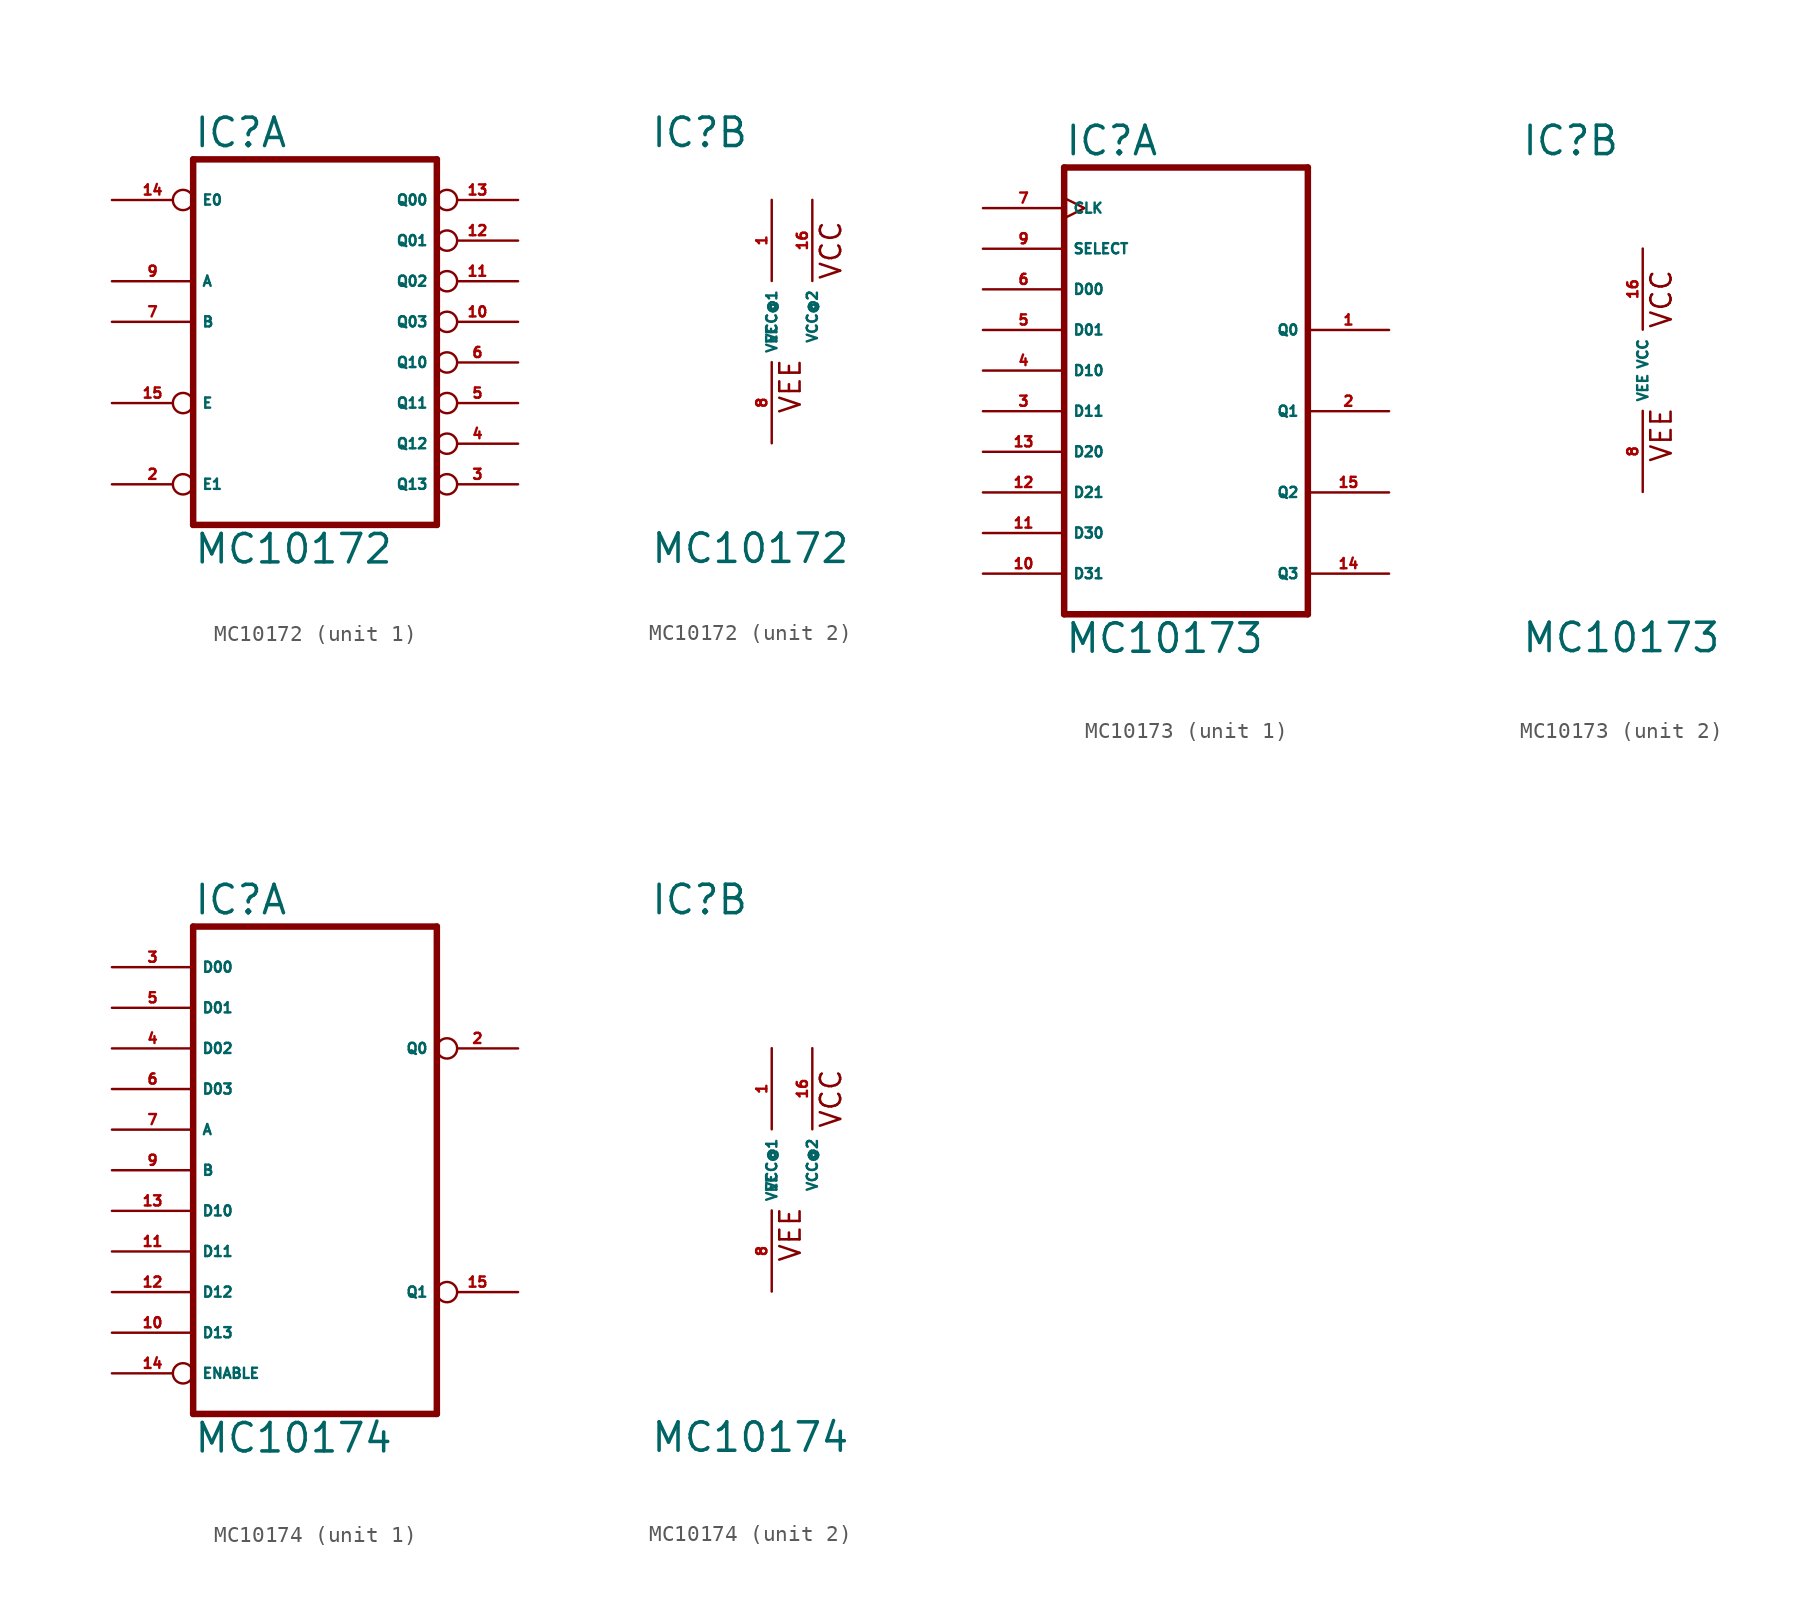
<source format=kicad_sym>
(kicad_symbol_lib
  (version 20220914)
  (generator Eagle2Kicad)
  (symbol "MC10172"
    (property "Reference" "IC"
      (at -7.62 10.795 0)
      (effects (font (size 1.778 1.778) (thickness 0.22)) (justify left bottom)))
    (property "Value" "MC10172"
      (at -7.62 -15.24 0)
      (effects (font (size 1.778 1.778) (thickness 0.22)) (justify left bottom)))
    (symbol "MC10172_1_0"
      (polyline (pts (xy -7.62 -12.7) (xy 7.62 -12.7)) (stroke (width 0.406) (type default)) (fill (type none)))
      (polyline (pts (xy 7.62 -12.7) (xy 7.62 10.16)) (stroke (width 0.406) (type default)) (fill (type none)))
      (polyline (pts (xy 7.62 10.16) (xy -7.62 10.16)) (stroke (width 0.406) (type default)) (fill (type none)))
      (polyline (pts (xy -7.62 10.16) (xy -7.62 -12.7)) (stroke (width 0.406) (type default)) (fill (type none)))
      (pin input inverted (at -12.7 -10.16 0) (length 5.08) (name "E1" (effects (font (size 0.635 0.635) (thickness 0.08)) (justify left bottom))) (number "2" (effects (font (size 0.635 0.635) (thickness 0.08)) (justify left bottom))))
      (pin output inverted (at 12.7 -10.16 180) (length 5.08) (name "Q13" (effects (font (size 0.635 0.635) (thickness 0.08)) (justify left bottom))) (number "3" (effects (font (size 0.635 0.635) (thickness 0.08)) (justify left bottom))))
      (pin output inverted (at 12.7 -7.62 180) (length 5.08) (name "Q12" (effects (font (size 0.635 0.635) (thickness 0.08)) (justify left bottom))) (number "4" (effects (font (size 0.635 0.635) (thickness 0.08)) (justify left bottom))))
      (pin output inverted (at 12.7 -5.08 180) (length 5.08) (name "Q11" (effects (font (size 0.635 0.635) (thickness 0.08)) (justify left bottom))) (number "5" (effects (font (size 0.635 0.635) (thickness 0.08)) (justify left bottom))))
      (pin output inverted (at 12.7 -2.54 180) (length 5.08) (name "Q10" (effects (font (size 0.635 0.635) (thickness 0.08)) (justify left bottom))) (number "6" (effects (font (size 0.635 0.635) (thickness 0.08)) (justify left bottom))))
      (pin input line (at -12.7 0 0) (length 5.08) (name "B" (effects (font (size 0.635 0.635) (thickness 0.08)) (justify left bottom))) (number "7" (effects (font (size 0.635 0.635) (thickness 0.08)) (justify left bottom))))
      (pin input line (at -12.7 2.54 0) (length 5.08) (name "A" (effects (font (size 0.635 0.635) (thickness 0.08)) (justify left bottom))) (number "9" (effects (font (size 0.635 0.635) (thickness 0.08)) (justify left bottom))))
      (pin output inverted (at 12.7 0 180) (length 5.08) (name "Q03" (effects (font (size 0.635 0.635) (thickness 0.08)) (justify left bottom))) (number "10" (effects (font (size 0.635 0.635) (thickness 0.08)) (justify left bottom))))
      (pin output inverted (at 12.7 2.54 180) (length 5.08) (name "Q02" (effects (font (size 0.635 0.635) (thickness 0.08)) (justify left bottom))) (number "11" (effects (font (size 0.635 0.635) (thickness 0.08)) (justify left bottom))))
      (pin output inverted (at 12.7 5.08 180) (length 5.08) (name "Q01" (effects (font (size 0.635 0.635) (thickness 0.08)) (justify left bottom))) (number "12" (effects (font (size 0.635 0.635) (thickness 0.08)) (justify left bottom))))
      (pin output inverted (at 12.7 7.62 180) (length 5.08) (name "Q00" (effects (font (size 0.635 0.635) (thickness 0.08)) (justify left bottom))) (number "13" (effects (font (size 0.635 0.635) (thickness 0.08)) (justify left bottom))))
      (pin input inverted (at -12.7 7.62 0) (length 5.08) (name "E0" (effects (font (size 0.635 0.635) (thickness 0.08)) (justify left bottom))) (number "14" (effects (font (size 0.635 0.635) (thickness 0.08)) (justify left bottom))))
      (pin input inverted (at -12.7 -5.08 0) (length 5.08) (name "E" (effects (font (size 0.635 0.635) (thickness 0.08)) (justify left bottom))) (number "15" (effects (font (size 0.635 0.635) (thickness 0.08)) (justify left bottom)))))
    (symbol "MC10172_2_0"
      (text "VCC" (at 4.445 2.54 900) (effects (font (size 1.27 1.27) (thickness 0.16)) (justify left bottom)))
      (text "VEE" (at 1.905 -5.842 900) (effects (font (size 1.27 1.27) (thickness 0.16)) (justify left bottom)))
      (pin unspecified line (at 0 -7.62 90) (length 5.08) (name "VEE" (effects (font (size 0.635 0.635) (thickness 0.08)) (justify left bottom))) (number "8" (effects (font (size 0.635 0.635) (thickness 0.08)) (justify left bottom))))
      (pin unspecified line (at 0 7.62 270) (length 5.08) (name "VCC@1" (effects (font (size 0.635 0.635) (thickness 0.08)) (justify left bottom))) (number "1" (effects (font (size 0.635 0.635) (thickness 0.08)) (justify left bottom))))
      (pin unspecified line (at 2.54 7.62 270) (length 5.08) (name "VCC@2" (effects (font (size 0.635 0.635) (thickness 0.08)) (justify left bottom))) (number "16" (effects (font (size 0.635 0.635) (thickness 0.08)) (justify left bottom))))))
  (symbol "MC10173"
    (property "Reference" "IC"
      (at -7.62 13.335 0)
      (effects (font (size 1.778 1.778) (thickness 0.22)) (justify left bottom)))
    (property "Value" "MC10173"
      (at -7.62 -17.78 0)
      (effects (font (size 1.778 1.778) (thickness 0.22)) (justify left bottom)))
    (symbol "MC10173_1_0"
      (polyline (pts (xy -7.62 -15.24) (xy 7.62 -15.24)) (stroke (width 0.406) (type default)) (fill (type none)))
      (polyline (pts (xy 7.62 -15.24) (xy 7.62 12.7)) (stroke (width 0.406) (type default)) (fill (type none)))
      (polyline (pts (xy 7.62 12.7) (xy -7.62 12.7)) (stroke (width 0.406) (type default)) (fill (type none)))
      (polyline (pts (xy -7.62 12.7) (xy -7.62 -15.24)) (stroke (width 0.406) (type default)) (fill (type none)))
      (pin output line (at 12.7 2.54 180) (length 5.08) (name "Q0" (effects (font (size 0.635 0.635) (thickness 0.08)) (justify left bottom))) (number "1" (effects (font (size 0.635 0.635) (thickness 0.08)) (justify left bottom))))
      (pin output line (at 12.7 -2.54 180) (length 5.08) (name "Q1" (effects (font (size 0.635 0.635) (thickness 0.08)) (justify left bottom))) (number "2" (effects (font (size 0.635 0.635) (thickness 0.08)) (justify left bottom))))
      (pin input line (at -12.7 -2.54 0) (length 5.08) (name "D11" (effects (font (size 0.635 0.635) (thickness 0.08)) (justify left bottom))) (number "3" (effects (font (size 0.635 0.635) (thickness 0.08)) (justify left bottom))))
      (pin input line (at -12.7 0 0) (length 5.08) (name "D10" (effects (font (size 0.635 0.635) (thickness 0.08)) (justify left bottom))) (number "4" (effects (font (size 0.635 0.635) (thickness 0.08)) (justify left bottom))))
      (pin input line (at -12.7 2.54 0) (length 5.08) (name "D01" (effects (font (size 0.635 0.635) (thickness 0.08)) (justify left bottom))) (number "5" (effects (font (size 0.635 0.635) (thickness 0.08)) (justify left bottom))))
      (pin input line (at -12.7 5.08 0) (length 5.08) (name "D00" (effects (font (size 0.635 0.635) (thickness 0.08)) (justify left bottom))) (number "6" (effects (font (size 0.635 0.635) (thickness 0.08)) (justify left bottom))))
      (pin input clock (at -12.7 10.16 0) (length 5.08) (name "CLK" (effects (font (size 0.635 0.635) (thickness 0.08)) (justify left bottom))) (number "7" (effects (font (size 0.635 0.635) (thickness 0.08)) (justify left bottom))))
      (pin input line (at -12.7 7.62 0) (length 5.08) (name "SELECT" (effects (font (size 0.635 0.635) (thickness 0.08)) (justify left bottom))) (number "9" (effects (font (size 0.635 0.635) (thickness 0.08)) (justify left bottom))))
      (pin input line (at -12.7 -12.7 0) (length 5.08) (name "D31" (effects (font (size 0.635 0.635) (thickness 0.08)) (justify left bottom))) (number "10" (effects (font (size 0.635 0.635) (thickness 0.08)) (justify left bottom))))
      (pin input line (at -12.7 -10.16 0) (length 5.08) (name "D30" (effects (font (size 0.635 0.635) (thickness 0.08)) (justify left bottom))) (number "11" (effects (font (size 0.635 0.635) (thickness 0.08)) (justify left bottom))))
      (pin input line (at -12.7 -7.62 0) (length 5.08) (name "D21" (effects (font (size 0.635 0.635) (thickness 0.08)) (justify left bottom))) (number "12" (effects (font (size 0.635 0.635) (thickness 0.08)) (justify left bottom))))
      (pin input line (at -12.7 -5.08 0) (length 5.08) (name "D20" (effects (font (size 0.635 0.635) (thickness 0.08)) (justify left bottom))) (number "13" (effects (font (size 0.635 0.635) (thickness 0.08)) (justify left bottom))))
      (pin output line (at 12.7 -12.7 180) (length 5.08) (name "Q3" (effects (font (size 0.635 0.635) (thickness 0.08)) (justify left bottom))) (number "14" (effects (font (size 0.635 0.635) (thickness 0.08)) (justify left bottom))))
      (pin output line (at 12.7 -7.62 180) (length 5.08) (name "Q2" (effects (font (size 0.635 0.635) (thickness 0.08)) (justify left bottom))) (number "15" (effects (font (size 0.635 0.635) (thickness 0.08)) (justify left bottom)))))
    (symbol "MC10173_2_0"
      (text "VCC" (at 1.905 2.54 900) (effects (font (size 1.27 1.27) (thickness 0.16)) (justify left bottom)))
      (text "VEE" (at 1.905 -5.842 900) (effects (font (size 1.27 1.27) (thickness 0.16)) (justify left bottom)))
      (pin unspecified line (at 0 -7.62 90) (length 5.08) (name "VEE" (effects (font (size 0.635 0.635) (thickness 0.08)) (justify left bottom))) (number "8" (effects (font (size 0.635 0.635) (thickness 0.08)) (justify left bottom))))
      (pin unspecified line (at 0 7.62 270) (length 5.08) (name "VCC" (effects (font (size 0.635 0.635) (thickness 0.08)) (justify left bottom))) (number "16" (effects (font (size 0.635 0.635) (thickness 0.08)) (justify left bottom))))))
  (symbol "MC10174"
    (property "Reference" "IC"
      (at -7.62 15.875 0)
      (effects (font (size 1.778 1.778) (thickness 0.22)) (justify left bottom)))
    (property "Value" "MC10174"
      (at -7.62 -17.78 0)
      (effects (font (size 1.778 1.778) (thickness 0.22)) (justify left bottom)))
    (symbol "MC10174_1_0"
      (polyline (pts (xy -7.62 -15.24) (xy 7.62 -15.24)) (stroke (width 0.406) (type default)) (fill (type none)))
      (polyline (pts (xy 7.62 -15.24) (xy 7.62 15.24)) (stroke (width 0.406) (type default)) (fill (type none)))
      (polyline (pts (xy 7.62 15.24) (xy -7.62 15.24)) (stroke (width 0.406) (type default)) (fill (type none)))
      (polyline (pts (xy -7.62 15.24) (xy -7.62 -15.24)) (stroke (width 0.406) (type default)) (fill (type none)))
      (pin output inverted (at 12.7 7.62 180) (length 5.08) (name "Q0" (effects (font (size 0.635 0.635) (thickness 0.08)) (justify left bottom))) (number "2" (effects (font (size 0.635 0.635) (thickness 0.08)) (justify left bottom))))
      (pin input line (at -12.7 12.7 0) (length 5.08) (name "D00" (effects (font (size 0.635 0.635) (thickness 0.08)) (justify left bottom))) (number "3" (effects (font (size 0.635 0.635) (thickness 0.08)) (justify left bottom))))
      (pin input line (at -12.7 7.62 0) (length 5.08) (name "D02" (effects (font (size 0.635 0.635) (thickness 0.08)) (justify left bottom))) (number "4" (effects (font (size 0.635 0.635) (thickness 0.08)) (justify left bottom))))
      (pin input line (at -12.7 10.16 0) (length 5.08) (name "D01" (effects (font (size 0.635 0.635) (thickness 0.08)) (justify left bottom))) (number "5" (effects (font (size 0.635 0.635) (thickness 0.08)) (justify left bottom))))
      (pin input line (at -12.7 5.08 0) (length 5.08) (name "D03" (effects (font (size 0.635 0.635) (thickness 0.08)) (justify left bottom))) (number "6" (effects (font (size 0.635 0.635) (thickness 0.08)) (justify left bottom))))
      (pin input line (at -12.7 2.54 0) (length 5.08) (name "A" (effects (font (size 0.635 0.635) (thickness 0.08)) (justify left bottom))) (number "7" (effects (font (size 0.635 0.635) (thickness 0.08)) (justify left bottom))))
      (pin input line (at -12.7 0 0) (length 5.08) (name "B" (effects (font (size 0.635 0.635) (thickness 0.08)) (justify left bottom))) (number "9" (effects (font (size 0.635 0.635) (thickness 0.08)) (justify left bottom))))
      (pin input line (at -12.7 -10.16 0) (length 5.08) (name "D13" (effects (font (size 0.635 0.635) (thickness 0.08)) (justify left bottom))) (number "10" (effects (font (size 0.635 0.635) (thickness 0.08)) (justify left bottom))))
      (pin input line (at -12.7 -5.08 0) (length 5.08) (name "D11" (effects (font (size 0.635 0.635) (thickness 0.08)) (justify left bottom))) (number "11" (effects (font (size 0.635 0.635) (thickness 0.08)) (justify left bottom))))
      (pin input line (at -12.7 -7.62 0) (length 5.08) (name "D12" (effects (font (size 0.635 0.635) (thickness 0.08)) (justify left bottom))) (number "12" (effects (font (size 0.635 0.635) (thickness 0.08)) (justify left bottom))))
      (pin input line (at -12.7 -2.54 0) (length 5.08) (name "D10" (effects (font (size 0.635 0.635) (thickness 0.08)) (justify left bottom))) (number "13" (effects (font (size 0.635 0.635) (thickness 0.08)) (justify left bottom))))
      (pin input inverted (at -12.7 -12.7 0) (length 5.08) (name "ENABLE" (effects (font (size 0.635 0.635) (thickness 0.08)) (justify left bottom))) (number "14" (effects (font (size 0.635 0.635) (thickness 0.08)) (justify left bottom))))
      (pin output inverted (at 12.7 -7.62 180) (length 5.08) (name "Q1" (effects (font (size 0.635 0.635) (thickness 0.08)) (justify left bottom))) (number "15" (effects (font (size 0.635 0.635) (thickness 0.08)) (justify left bottom)))))
    (symbol "MC10174_2_0"
      (text "VCC" (at 4.445 2.54 900) (effects (font (size 1.27 1.27) (thickness 0.16)) (justify left bottom)))
      (text "VEE" (at 1.905 -5.842 900) (effects (font (size 1.27 1.27) (thickness 0.16)) (justify left bottom)))
      (pin unspecified line (at 0 -7.62 90) (length 5.08) (name "VEE" (effects (font (size 0.635 0.635) (thickness 0.08)) (justify left bottom))) (number "8" (effects (font (size 0.635 0.635) (thickness 0.08)) (justify left bottom))))
      (pin unspecified line (at 0 7.62 270) (length 5.08) (name "VCC@1" (effects (font (size 0.635 0.635) (thickness 0.08)) (justify left bottom))) (number "1" (effects (font (size 0.635 0.635) (thickness 0.08)) (justify left bottom))))
      (pin unspecified line (at 2.54 7.62 270) (length 5.08) (name "VCC@2" (effects (font (size 0.635 0.635) (thickness 0.08)) (justify left bottom))) (number "16" (effects (font (size 0.635 0.635) (thickness 0.08)) (justify left bottom)))))))
</source>
